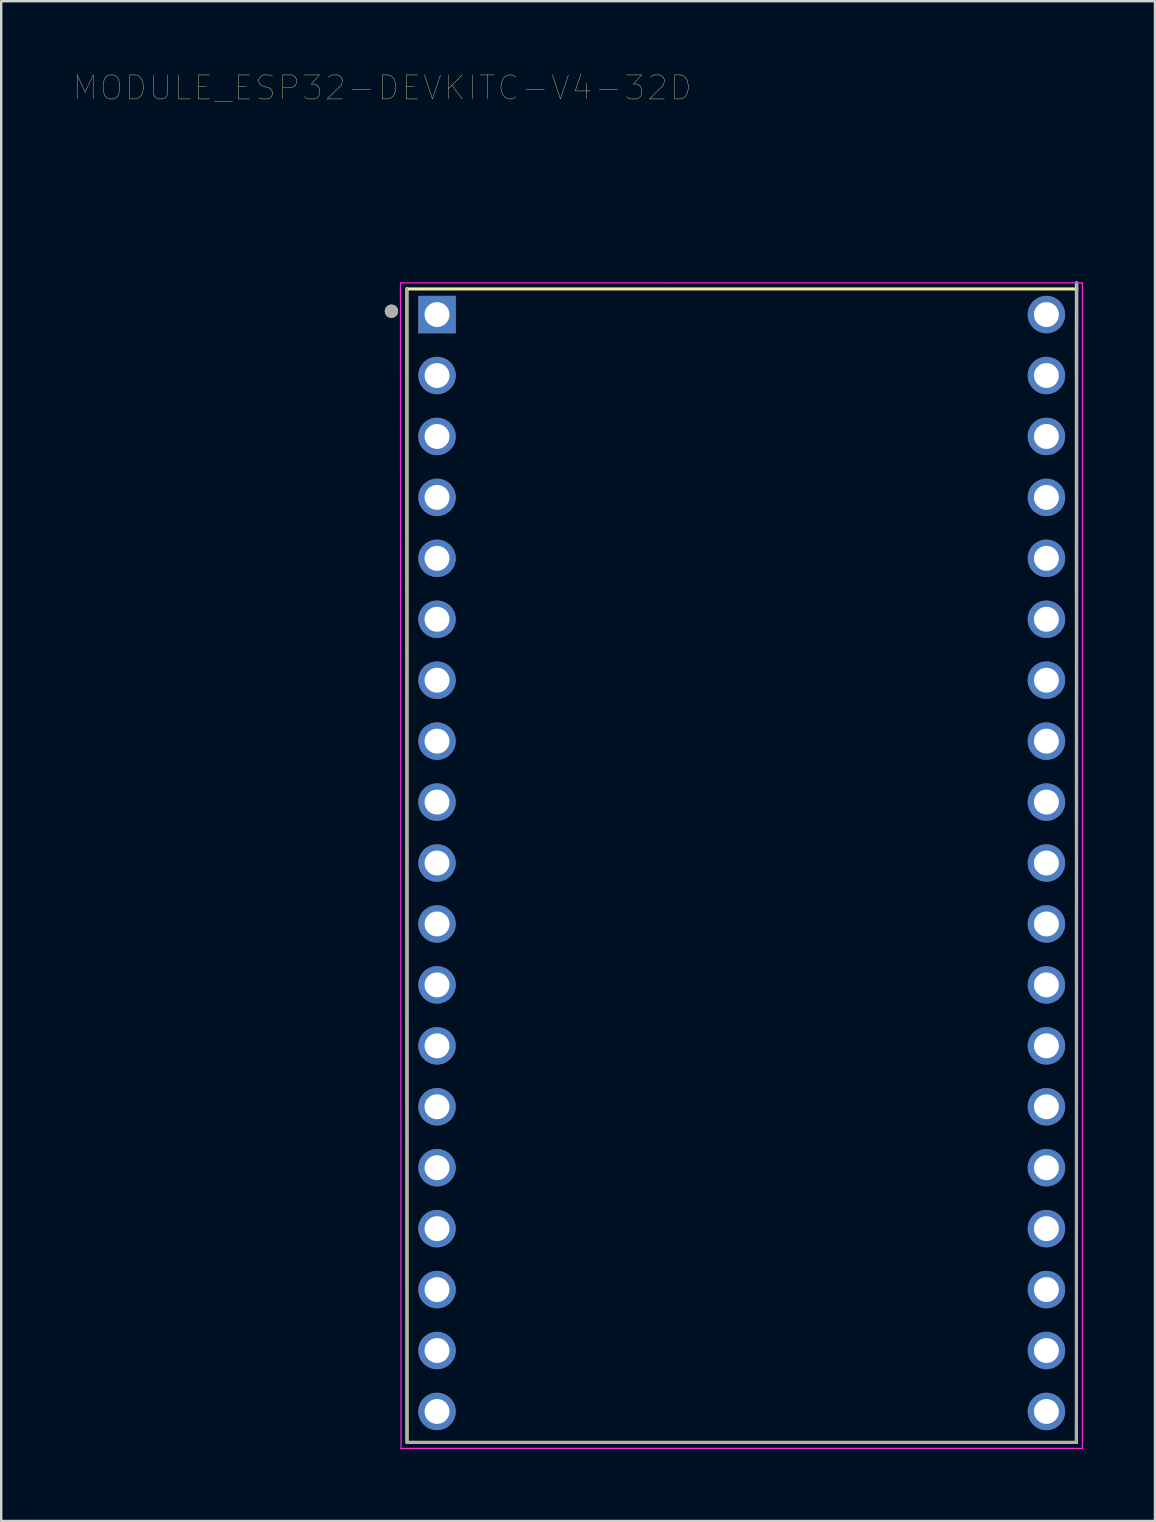
<source format=kicad_pcb>
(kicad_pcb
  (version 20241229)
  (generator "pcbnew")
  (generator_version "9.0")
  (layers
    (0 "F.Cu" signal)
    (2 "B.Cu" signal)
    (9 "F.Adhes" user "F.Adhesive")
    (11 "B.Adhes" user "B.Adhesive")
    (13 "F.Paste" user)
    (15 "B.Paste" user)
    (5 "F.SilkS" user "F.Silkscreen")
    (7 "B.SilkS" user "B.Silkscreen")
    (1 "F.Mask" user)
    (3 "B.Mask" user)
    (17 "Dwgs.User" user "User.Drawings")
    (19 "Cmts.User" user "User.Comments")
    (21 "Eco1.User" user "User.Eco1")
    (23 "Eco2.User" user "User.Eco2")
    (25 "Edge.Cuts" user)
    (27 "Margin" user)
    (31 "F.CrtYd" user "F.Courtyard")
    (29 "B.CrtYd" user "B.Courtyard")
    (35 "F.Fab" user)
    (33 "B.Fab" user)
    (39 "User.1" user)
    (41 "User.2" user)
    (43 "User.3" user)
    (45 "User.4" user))
  (footprint "MODULE_ESP32-DEVKITC-V4-32D"
    (layer "F.Cu")
    (at 27.866 29.822)
    (property "Reference" "MODULE_ESP32-DEVKITC-V4-32D" (at -14.986 -29.21 0) (layer "F.SilkS") (effects (font (size 1 1) (thickness 0.015))))
    (attr through_hole)
    (fp_line (start -13.97 -20.828) (end 13.97 -20.828) (stroke (width 0.127) (type solid)) (layer "F.SilkS"))
    (fp_line (start -13.95 27.25) (end -13.95 -20.828) (stroke (width 0.127) (type solid)) (layer "F.SilkS"))
    (fp_line (start 13.95 -21.082) (end 13.95 27.25) (stroke (width 0.127) (type solid)) (layer "F.SilkS"))
    (fp_line (start 13.95 27.25) (end -13.95 27.25) (stroke (width 0.127) (type solid)) (layer "F.SilkS"))
    (fp_line (start -14.2 -21.082) (end -3.048 -21.082) (stroke (width 0.05) (type solid)) (layer "F.CrtYd"))
    (fp_line (start -14.2 27.5) (end -14.224 -21.082) (stroke (width 0.05) (type solid)) (layer "F.CrtYd"))
    (fp_line (start -3.048 -21.082) (end 14.2 -21.082) (stroke (width 0.05) (type solid)) (layer "F.CrtYd"))
    (fp_line (start 14.2 -21.082) (end 14.2 27.5) (stroke (width 0.05) (type solid)) (layer "F.CrtYd"))
    (fp_line (start 14.2 27.5) (end -14.2 27.5) (stroke (width 0.05) (type solid)) (layer "F.CrtYd"))
    (fp_line (start -13.95 27.25) (end -13.97 -20.828) (stroke (width 0.127) (type solid)) (layer "F.Fab"))
    (fp_line (start 13.95 27.25) (end -13.95 27.25) (stroke (width 0.127) (type solid)) (layer "F.Fab"))
    (fp_line (start 13.97 -21.082) (end 13.95 27.25) (stroke (width 0.127) (type solid)) (layer "F.Fab"))
    (fp_circle (center -14.6 -19.9) (end -14.46 -19.9) (stroke (width 0.28) (type solid)) (fill no) (layer "F.Fab"))
    (fp_circle (center -14.6 -19.9) (end -14.46 -19.9) (stroke (width 0.28) (type solid)) (fill no) (layer "F.Fab"))
    (pad "1" thru_hole rect (at -12.7 -19.76) (size 1.56 1.56) (drill 1.04) (layers "*.Cu" "*.Mask"))
    (pad "2" thru_hole circle (at -12.7 -17.22) (size 1.56 1.56) (drill 1.04) (layers "*.Cu" "*.Mask"))
    (pad "3" thru_hole circle (at -12.7 -14.68) (size 1.56 1.56) (drill 1.04) (layers "*.Cu" "*.Mask"))
    (pad "4" thru_hole circle (at -12.7 -12.14) (size 1.56 1.56) (drill 1.04) (layers "*.Cu" "*.Mask"))
    (pad "5" thru_hole circle (at -12.7 -9.6) (size 1.56 1.56) (drill 1.04) (layers "*.Cu" "*.Mask"))
    (pad "6" thru_hole circle (at -12.7 -7.06) (size 1.56 1.56) (drill 1.04) (layers "*.Cu" "*.Mask"))
    (pad "7" thru_hole circle (at -12.7 -4.52) (size 1.56 1.56) (drill 1.04) (layers "*.Cu" "*.Mask"))
    (pad "8" thru_hole circle (at -12.7 -1.98) (size 1.56 1.56) (drill 1.04) (layers "*.Cu" "*.Mask"))
    (pad "9" thru_hole circle (at -12.7 0.56) (size 1.56 1.56) (drill 1.04) (layers "*.Cu" "*.Mask"))
    (pad "10" thru_hole circle (at -12.7 3.1) (size 1.56 1.56) (drill 1.04) (layers "*.Cu" "*.Mask"))
    (pad "11" thru_hole circle (at -12.7 5.64) (size 1.56 1.56) (drill 1.04) (layers "*.Cu" "*.Mask"))
    (pad "12" thru_hole circle (at -12.7 8.18) (size 1.56 1.56) (drill 1.04) (layers "*.Cu" "*.Mask"))
    (pad "13" thru_hole circle (at -12.7 10.72) (size 1.56 1.56) (drill 1.04) (layers "*.Cu" "*.Mask"))
    (pad "14" thru_hole circle (at -12.7 13.26) (size 1.56 1.56) (drill 1.04) (layers "*.Cu" "*.Mask"))
    (pad "15" thru_hole circle (at -12.7 15.8) (size 1.56 1.56) (drill 1.04) (layers "*.Cu" "*.Mask"))
    (pad "16" thru_hole circle (at -12.7 18.34) (size 1.56 1.56) (drill 1.04) (layers "*.Cu" "*.Mask"))
    (pad "17" thru_hole circle (at -12.7 20.88) (size 1.56 1.56) (drill 1.04) (layers "*.Cu" "*.Mask"))
    (pad "18" thru_hole circle (at -12.7 23.42) (size 1.56 1.56) (drill 1.04) (layers "*.Cu" "*.Mask"))
    (pad "19" thru_hole circle (at -12.7 25.96) (size 1.56 1.56) (drill 1.04) (layers "*.Cu" "*.Mask"))
    (pad "20" thru_hole circle (at 12.7 -19.76) (size 1.56 1.56) (drill 1.04) (layers "*.Cu" "*.Mask"))
    (pad "21" thru_hole circle (at 12.7 -17.22) (size 1.56 1.56) (drill 1.04) (layers "*.Cu" "*.Mask"))
    (pad "22" thru_hole circle (at 12.7 -14.68) (size 1.56 1.56) (drill 1.04) (layers "*.Cu" "*.Mask"))
    (pad "23" thru_hole circle (at 12.7 -12.14) (size 1.56 1.56) (drill 1.04) (layers "*.Cu" "*.Mask"))
    (pad "24" thru_hole circle (at 12.7 -9.6) (size 1.56 1.56) (drill 1.04) (layers "*.Cu" "*.Mask"))
    (pad "25" thru_hole circle (at 12.7 -7.06) (size 1.56 1.56) (drill 1.04) (layers "*.Cu" "*.Mask"))
    (pad "26" thru_hole circle (at 12.7 -4.52) (size 1.56 1.56) (drill 1.04) (layers "*.Cu" "*.Mask"))
    (pad "27" thru_hole circle (at 12.7 -1.98) (size 1.56 1.56) (drill 1.04) (layers "*.Cu" "*.Mask"))
    (pad "28" thru_hole circle (at 12.7 0.56) (size 1.56 1.56) (drill 1.04) (layers "*.Cu" "*.Mask"))
    (pad "29" thru_hole circle (at 12.7 3.1) (size 1.56 1.56) (drill 1.04) (layers "*.Cu" "*.Mask"))
    (pad "30" thru_hole circle (at 12.7 5.64) (size 1.56 1.56) (drill 1.04) (layers "*.Cu" "*.Mask"))
    (pad "31" thru_hole circle (at 12.7 8.18) (size 1.56 1.56) (drill 1.04) (layers "*.Cu" "*.Mask"))
    (pad "32" thru_hole circle (at 12.7 10.72) (size 1.56 1.56) (drill 1.04) (layers "*.Cu" "*.Mask"))
    (pad "33" thru_hole circle (at 12.7 13.26) (size 1.56 1.56) (drill 1.04) (layers "*.Cu" "*.Mask"))
    (pad "34" thru_hole circle (at 12.7 15.8) (size 1.56 1.56) (drill 1.04) (layers "*.Cu" "*.Mask"))
    (pad "35" thru_hole circle (at 12.7 18.34) (size 1.56 1.56) (drill 1.04) (layers "*.Cu" "*.Mask"))
    (pad "36" thru_hole circle (at 12.7 20.88) (size 1.56 1.56) (drill 1.04) (layers "*.Cu" "*.Mask"))
    (pad "37" thru_hole circle (at 12.7 23.42) (size 1.56 1.56) (drill 1.04) (layers "*.Cu" "*.Mask"))
    (pad "38" thru_hole circle (at 12.7 25.96) (size 1.56 1.56) (drill 1.04) (layers "*.Cu" "*.Mask")))
  (gr_rect
    (start -3 -3)
    (end 45.091 60.347)
    (stroke (width 0.1) (type default))
    (fill no)
    (layer "Edge.Cuts")))
</source>
